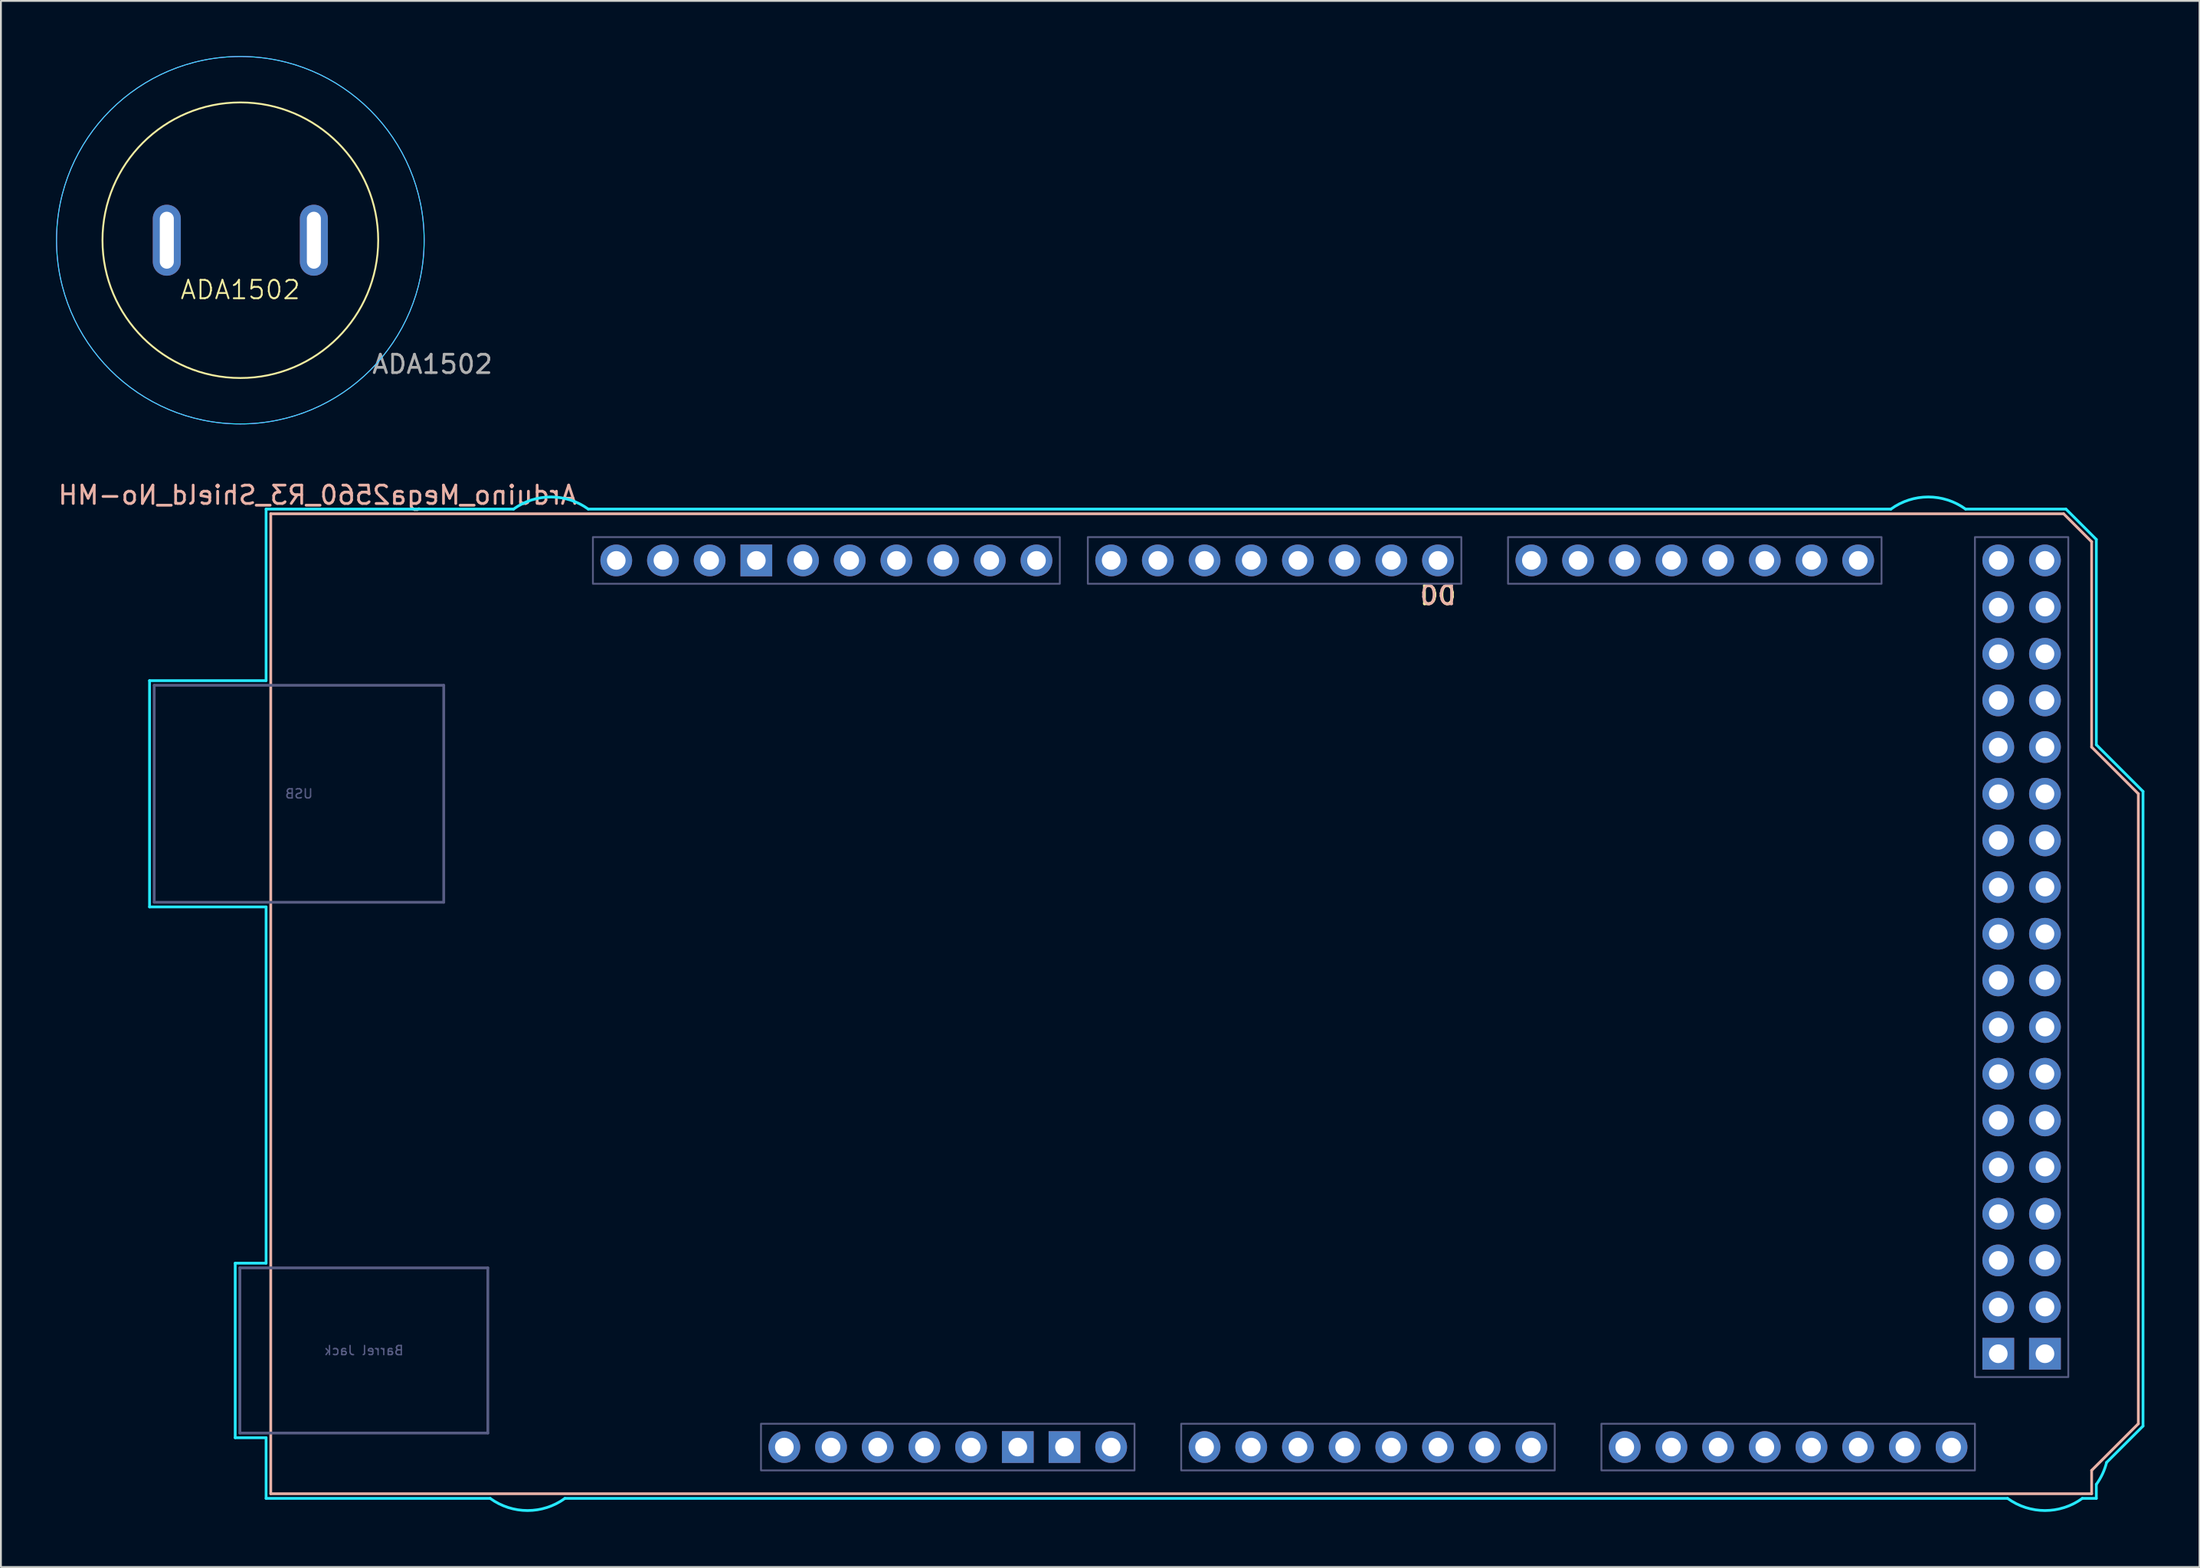
<source format=kicad_pcb>
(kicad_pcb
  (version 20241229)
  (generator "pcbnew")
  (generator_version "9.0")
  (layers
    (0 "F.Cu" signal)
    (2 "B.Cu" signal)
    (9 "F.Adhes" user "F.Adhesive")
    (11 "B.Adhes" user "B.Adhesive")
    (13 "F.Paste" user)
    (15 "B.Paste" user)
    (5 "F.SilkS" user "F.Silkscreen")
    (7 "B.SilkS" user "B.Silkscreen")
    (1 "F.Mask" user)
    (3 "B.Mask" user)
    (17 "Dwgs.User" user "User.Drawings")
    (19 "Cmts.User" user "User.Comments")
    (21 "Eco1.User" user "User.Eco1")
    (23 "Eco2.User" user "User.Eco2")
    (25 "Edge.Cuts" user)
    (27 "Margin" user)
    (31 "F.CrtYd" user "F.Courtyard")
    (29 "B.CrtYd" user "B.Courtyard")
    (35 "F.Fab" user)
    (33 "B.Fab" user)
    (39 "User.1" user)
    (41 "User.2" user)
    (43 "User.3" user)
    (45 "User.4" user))
  (footprint "ADA1502"
    (layer "F.Cu")
    (at 10.025 10.025)
    (property "Reference" "ADA1502" (at 0 2.7 0) (unlocked yes) (layer "F.SilkS") (effects (font (size 1 1) (thickness 0.1))))
    (attr through_hole)
    (fp_circle (center 0 0) (end 7.5 0) (stroke (width 0.1) (type default)) (fill no) (layer "F.SilkS"))
    (fp_circle (center 0 0) (end 10 0) (stroke (width 0.05) (type default)) (fill no) (layer "B.CrtYd"))
    (fp_circle (center 0 0) (end 10 0) (stroke (width 0.05) (type default)) (fill no) (layer "F.CrtYd"))
    (fp_text user "${REFERENCE}" (at 10.45 6.75 0) (unlocked yes) (layer "F.Fab") (effects (font (size 1 1) (thickness 0.15))))
    (pad "1" thru_hole oval (at -4 0) (size 1.524 3.862) (drill oval 0.762 3.1) (layers "*.Cu" "*.Mask"))
    (pad "2" thru_hole oval (at 4 0) (size 1.524 3.862) (drill oval 0.762 3.1) (layers "*.Cu" "*.Mask")))
  (footprint "Arduino_Mega2560_R3_Shield_No-MH"
    (layer "F.Cu")
    (at 11.68 78.254)
    (property "Reference" "Arduino_Mega2560_R3_Shield_No-MH" (at 2.54 -54.356 0) (layer "B.SilkS") (effects (font (size 1 1) (thickness 0.15)) (justify mirror)))
    (attr through_hole)
    (fp_line (start 0 -53.34) (end 0 0) (stroke (width 0.15) (type solid)) (layer "B.SilkS"))
    (fp_line (start 0 -53.34) (end 97.536 -53.34) (stroke (width 0.15) (type solid)) (layer "B.SilkS"))
    (fp_line (start 0 0) (end 99.06 0) (stroke (width 0.15) (type solid)) (layer "B.SilkS"))
    (fp_line (start 97.536 -53.34) (end 99.06 -51.816) (stroke (width 0.15) (type solid)) (layer "B.SilkS"))
    (fp_line (start 99.06 -40.64) (end 99.06 -51.816) (stroke (width 0.15) (type solid)) (layer "B.SilkS"))
    (fp_line (start 99.06 -1.27) (end 101.6 -3.81) (stroke (width 0.15) (type solid)) (layer "B.SilkS"))
    (fp_line (start 99.06 0) (end 99.06 -1.27) (stroke (width 0.15) (type solid)) (layer "B.SilkS"))
    (fp_line (start 101.6 -38.1) (end 99.06 -40.64) (stroke (width 0.15) (type solid)) (layer "B.SilkS"))
    (fp_line (start 101.6 -3.81) (end 101.6 -38.1) (stroke (width 0.15) (type solid)) (layer "B.SilkS"))
    (fp_line (start -6.594 -44.258) (end -0.254 -44.258) (stroke (width 0.15) (type solid)) (layer "B.CrtYd"))
    (fp_line (start -6.594 -31.94) (end -6.594 -44.258) (stroke (width 0.15) (type solid)) (layer "B.CrtYd"))
    (fp_line (start -1.934 -12.548) (end -1.934 -3.049) (stroke (width 0.15) (type solid)) (layer "B.CrtYd"))
    (fp_line (start -1.934 -12.548) (end -0.254 -12.548) (stroke (width 0.15) (type solid)) (layer "B.CrtYd"))
    (fp_line (start -1.934 -3.049) (end -0.254 -3.049) (stroke (width 0.15) (type solid)) (layer "B.CrtYd"))
    (fp_line (start -0.254 -53.594) (end -0.254 -44.258) (stroke (width 0.15) (type solid)) (layer "B.CrtYd"))
    (fp_line (start -0.254 -31.94) (end -6.594 -31.94) (stroke (width 0.15) (type solid)) (layer "B.CrtYd"))
    (fp_line (start -0.254 -31.94) (end -0.254 -12.548) (stroke (width 0.15) (type solid)) (layer "B.CrtYd"))
    (fp_line (start -0.254 -3.049) (end -0.254 0.254) (stroke (width 0.15) (type solid)) (layer "B.CrtYd"))
    (fp_line (start 11.938 0.254) (end -0.254 0.254) (stroke (width 0.15) (type solid)) (layer "B.CrtYd"))
    (fp_line (start 13.208 -53.594) (end -0.254 -53.594) (stroke (width 0.15) (type solid)) (layer "B.CrtYd"))
    (fp_line (start 16.002 0.254) (end 94.488 0.254) (stroke (width 0.15) (type solid)) (layer "B.CrtYd"))
    (fp_line (start 17.272 -53.594) (end 88.138 -53.594) (stroke (width 0.15) (type solid)) (layer "B.CrtYd"))
    (fp_line (start 97.663 -53.594) (end 92.202 -53.594) (stroke (width 0.15) (type solid)) (layer "B.CrtYd"))
    (fp_line (start 97.663 -53.594) (end 99.314 -51.943) (stroke (width 0.15) (type solid)) (layer "B.CrtYd"))
    (fp_line (start 99.314 -40.767) (end 99.314 -51.943) (stroke (width 0.15) (type solid)) (layer "B.CrtYd"))
    (fp_line (start 99.314 0.254) (end 98.552 0.254) (stroke (width 0.15) (type solid)) (layer "B.CrtYd"))
    (fp_line (start 99.314 0.254) (end 99.314 -0.508) (stroke (width 0.15) (type solid)) (layer "B.CrtYd"))
    (fp_line (start 99.873 -1.702) (end 101.854 -3.683) (stroke (width 0.15) (type solid)) (layer "B.CrtYd"))
    (fp_line (start 101.854 -38.227) (end 99.314 -40.767) (stroke (width 0.15) (type solid)) (layer "B.CrtYd"))
    (fp_line (start 101.854 -3.683) (end 101.854 -38.227) (stroke (width 0.15) (type solid)) (layer "B.CrtYd"))
    (fp_arc (start 13.208 -53.594) (mid 15.24 -54.254237) (end 17.272 -53.594) (stroke (width 0.15) (type solid)) (layer "B.CrtYd"))
    (fp_arc (start 16.002 0.254) (mid 13.97 0.914237) (end 11.938 0.254) (stroke (width 0.15) (type solid)) (layer "B.CrtYd"))
    (fp_arc (start 88.138 -53.594) (mid 90.17 -54.254237) (end 92.202 -53.594) (stroke (width 0.15) (type solid)) (layer "B.CrtYd"))
    (fp_arc (start 98.552 0.254) (mid 96.52 0.914237) (end 94.488 0.254) (stroke (width 0.15) (type solid)) (layer "B.CrtYd"))
    (fp_arc (start 99.8728 -1.7018) (mid 99.650925 -1.077973) (end 99.314 -0.508) (stroke (width 0.15) (type solid)) (layer "B.CrtYd"))
    (fp_line (start -6.34 -44.004) (end 9.41 -44.004) (stroke (width 0.15) (type solid)) (layer "B.Fab"))
    (fp_line (start -6.34 -32.194) (end -6.34 -44.004) (stroke (width 0.15) (type solid)) (layer "B.Fab"))
    (fp_line (start -6.34 -32.194) (end 9.41 -32.194) (stroke (width 0.15) (type solid)) (layer "B.Fab"))
    (fp_line (start -1.68 -12.294) (end -1.68 -3.303) (stroke (width 0.15) (type solid)) (layer "B.Fab"))
    (fp_line (start -1.68 -12.294) (end 11.81 -12.294) (stroke (width 0.15) (type solid)) (layer "B.Fab"))
    (fp_line (start -1.68 -3.303) (end 11.81 -3.303) (stroke (width 0.15) (type solid)) (layer "B.Fab"))
    (fp_line (start 9.41 -32.194) (end 9.41 -44.004) (stroke (width 0.15) (type solid)) (layer "B.Fab"))
    (fp_line (start 11.81 -12.294) (end 11.81 -3.303) (stroke (width 0.15) (type solid)) (layer "B.Fab"))
    (fp_rect (start 17.526 -52.07) (end 42.926 -49.53) (stroke (width 0.1) (type solid)) (fill no) (layer "B.Fab"))
    (fp_rect (start 26.67 -3.81) (end 46.99 -1.27) (stroke (width 0.1) (type solid)) (fill no) (layer "B.Fab"))
    (fp_rect (start 44.45 -52.07) (end 64.77 -49.53) (stroke (width 0.1) (type solid)) (fill no) (layer "B.Fab"))
    (fp_rect (start 49.53 -3.81) (end 69.85 -1.27) (stroke (width 0.1) (type solid)) (fill no) (layer "B.Fab"))
    (fp_rect (start 67.31 -52.07) (end 87.63 -49.53) (stroke (width 0.1) (type solid)) (fill no) (layer "B.Fab"))
    (fp_rect (start 72.39 -3.81) (end 92.71 -1.27) (stroke (width 0.1) (type solid)) (fill no) (layer "B.Fab"))
    (fp_rect (start 92.71 -52.07) (end 97.79 -6.35) (stroke (width 0.1) (type solid)) (fill no) (layer "B.Fab"))
    (fp_text user "D0" (at 63.5 -48.895 0) (unlocked yes) (layer "F.SilkS") (effects (font (size 1 1) (thickness 0.15))))
    (fp_text user "D0" (at 63.5 -48.895 0) (unlocked yes) (layer "B.SilkS") (effects (font (size 1 1) (thickness 0.15)) (justify mirror)))
    (fp_text user "USB" (at 1.535 -38.099 0) (layer "B.Fab") (effects (font (size 0.5 0.5) (thickness 0.075)) (justify mirror)))
    (fp_text user "Barrel Jack" (at 5.065 -7.798 0) (layer "B.Fab") (effects (font (size 0.5 0.5) (thickness 0.075)) (justify mirror)))
    (pad "" thru_hole oval (at 27.94 -2.54) (size 1.727 1.727) (drill 1.016) (layers "*.Cu" "*.Mask"))
    (pad "3V3" thru_hole oval (at 35.56 -2.54) (size 1.727 1.727) (drill 1.016) (layers "*.Cu" "*.Mask"))
    (pad "5V1" thru_hole oval (at 38.1 -2.54) (size 1.727 1.727) (drill 1.016) (layers "*.Cu" "*.Mask"))
    (pad "5V3" thru_hole oval (at 93.98 -50.8) (size 1.727 1.727) (drill 1.016) (layers "*.Cu" "*.Mask"))
    (pad "5V4" thru_hole oval (at 96.52 -50.8) (size 1.727 1.727) (drill 1.016) (layers "*.Cu" "*.Mask"))
    (pad "A0" thru_hole oval (at 50.8 -2.54) (size 1.727 1.727) (drill 1.016) (layers "*.Cu" "*.Mask"))
    (pad "A1" thru_hole oval (at 53.34 -2.54) (size 1.727 1.727) (drill 1.016) (layers "*.Cu" "*.Mask"))
    (pad "A2" thru_hole oval (at 55.88 -2.54) (size 1.727 1.727) (drill 1.016) (layers "*.Cu" "*.Mask"))
    (pad "A3" thru_hole oval (at 58.42 -2.54) (size 1.727 1.727) (drill 1.016) (layers "*.Cu" "*.Mask"))
    (pad "A4" thru_hole oval (at 60.96 -2.54) (size 1.727 1.727) (drill 1.016) (layers "*.Cu" "*.Mask"))
    (pad "A5" thru_hole oval (at 63.5 -2.54) (size 1.727 1.727) (drill 1.016) (layers "*.Cu" "*.Mask"))
    (pad "A6" thru_hole oval (at 66.04 -2.54) (size 1.727 1.727) (drill 1.016) (layers "*.Cu" "*.Mask"))
    (pad "A7" thru_hole oval (at 68.58 -2.54) (size 1.727 1.727) (drill 1.016) (layers "*.Cu" "*.Mask"))
    (pad "A8" thru_hole oval (at 73.66 -2.54) (size 1.727 1.727) (drill 1.016) (layers "*.Cu" "*.Mask"))
    (pad "A9" thru_hole oval (at 76.2 -2.54) (size 1.727 1.727) (drill 1.016) (layers "*.Cu" "*.Mask"))
    (pad "A10" thru_hole oval (at 78.74 -2.54) (size 1.727 1.727) (drill 1.016) (layers "*.Cu" "*.Mask"))
    (pad "A11" thru_hole oval (at 81.28 -2.54) (size 1.727 1.727) (drill 1.016) (layers "*.Cu" "*.Mask"))
    (pad "A12" thru_hole oval (at 83.82 -2.54) (size 1.727 1.727) (drill 1.016) (layers "*.Cu" "*.Mask"))
    (pad "A13" thru_hole oval (at 86.36 -2.54) (size 1.727 1.727) (drill 1.016) (layers "*.Cu" "*.Mask"))
    (pad "A14" thru_hole oval (at 88.9 -2.54) (size 1.727 1.727) (drill 1.016) (layers "*.Cu" "*.Mask"))
    (pad "A15" thru_hole oval (at 91.44 -2.54) (size 1.727 1.727) (drill 1.016) (layers "*.Cu" "*.Mask"))
    (pad "AREF" thru_hole oval (at 23.876 -50.8) (size 1.727 1.727) (drill 1.016) (layers "*.Cu" "*.Mask"))
    (pad "D0" thru_hole oval (at 63.5 -50.8) (size 1.727 1.727) (drill 1.016) (layers "*.Cu" "*.Mask"))
    (pad "D1" thru_hole oval (at 60.96 -50.8) (size 1.727 1.727) (drill 1.016) (layers "*.Cu" "*.Mask"))
    (pad "D2" thru_hole oval (at 58.42 -50.8) (size 1.727 1.727) (drill 1.016) (layers "*.Cu" "*.Mask"))
    (pad "D3" thru_hole oval (at 55.88 -50.8) (size 1.727 1.727) (drill 1.016) (layers "*.Cu" "*.Mask"))
    (pad "D4" thru_hole oval (at 53.34 -50.8) (size 1.727 1.727) (drill 1.016) (layers "*.Cu" "*.Mask"))
    (pad "D5" thru_hole oval (at 50.8 -50.8) (size 1.727 1.727) (drill 1.016) (layers "*.Cu" "*.Mask"))
    (pad "D6" thru_hole oval (at 48.26 -50.8) (size 1.727 1.727) (drill 1.016) (layers "*.Cu" "*.Mask"))
    (pad "D7" thru_hole oval (at 45.72 -50.8) (size 1.727 1.727) (drill 1.016) (layers "*.Cu" "*.Mask"))
    (pad "D8" thru_hole oval (at 41.656 -50.8) (size 1.727 1.727) (drill 1.016) (layers "*.Cu" "*.Mask"))
    (pad "D9" thru_hole oval (at 39.116 -50.8) (size 1.727 1.727) (drill 1.016) (layers "*.Cu" "*.Mask"))
    (pad "D10" thru_hole oval (at 36.576 -50.8) (size 1.727 1.727) (drill 1.016) (layers "*.Cu" "*.Mask"))
    (pad "D11" thru_hole oval (at 34.036 -50.8) (size 1.727 1.727) (drill 1.016) (layers "*.Cu" "*.Mask"))
    (pad "D12" thru_hole oval (at 31.496 -50.8) (size 1.727 1.727) (drill 1.016) (layers "*.Cu" "*.Mask"))
    (pad "D13" thru_hole oval (at 28.956 -50.8) (size 1.727 1.727) (drill 1.016) (layers "*.Cu" "*.Mask"))
    (pad "D14" thru_hole oval (at 68.58 -50.8) (size 1.727 1.727) (drill 1.016) (layers "*.Cu" "*.Mask"))
    (pad "D15" thru_hole oval (at 71.12 -50.8) (size 1.727 1.727) (drill 1.016) (layers "*.Cu" "*.Mask"))
    (pad "D16" thru_hole oval (at 73.66 -50.8) (size 1.727 1.727) (drill 1.016) (layers "*.Cu" "*.Mask"))
    (pad "D17" thru_hole oval (at 76.2 -50.8) (size 1.727 1.727) (drill 1.016) (layers "*.Cu" "*.Mask"))
    (pad "D18" thru_hole oval (at 78.74 -50.8) (size 1.727 1.727) (drill 1.016) (layers "*.Cu" "*.Mask"))
    (pad "D19" thru_hole oval (at 81.28 -50.8) (size 1.727 1.727) (drill 1.016) (layers "*.Cu" "*.Mask"))
    (pad "D20" thru_hole oval (at 83.82 -50.8) (size 1.727 1.727) (drill 1.016) (layers "*.Cu" "*.Mask"))
    (pad "D21" thru_hole oval (at 86.36 -50.8) (size 1.727 1.727) (drill 1.016) (layers "*.Cu" "*.Mask"))
    (pad "D22" thru_hole oval (at 93.98 -48.26) (size 1.727 1.727) (drill 1.016) (layers "*.Cu" "*.Mask"))
    (pad "D23" thru_hole oval (at 96.52 -48.26) (size 1.727 1.727) (drill 1.016) (layers "*.Cu" "*.Mask"))
    (pad "D24" thru_hole oval (at 93.98 -45.72) (size 1.727 1.727) (drill 1.016) (layers "*.Cu" "*.Mask"))
    (pad "D25" thru_hole oval (at 96.52 -45.72) (size 1.727 1.727) (drill 1.016) (layers "*.Cu" "*.Mask"))
    (pad "D26" thru_hole oval (at 93.98 -43.18) (size 1.727 1.727) (drill 1.016) (layers "*.Cu" "*.Mask"))
    (pad "D27" thru_hole oval (at 96.52 -43.18) (size 1.727 1.727) (drill 1.016) (layers "*.Cu" "*.Mask"))
    (pad "D28" thru_hole oval (at 93.98 -40.64) (size 1.727 1.727) (drill 1.016) (layers "*.Cu" "*.Mask"))
    (pad "D29" thru_hole oval (at 96.52 -40.64) (size 1.727 1.727) (drill 1.016) (layers "*.Cu" "*.Mask"))
    (pad "D30" thru_hole oval (at 93.98 -38.1) (size 1.727 1.727) (drill 1.016) (layers "*.Cu" "*.Mask"))
    (pad "D31" thru_hole oval (at 96.52 -38.1) (size 1.727 1.727) (drill 1.016) (layers "*.Cu" "*.Mask"))
    (pad "D32" thru_hole oval (at 93.98 -35.56) (size 1.727 1.727) (drill 1.016) (layers "*.Cu" "*.Mask"))
    (pad "D33" thru_hole oval (at 96.52 -35.56) (size 1.727 1.727) (drill 1.016) (layers "*.Cu" "*.Mask"))
    (pad "D34" thru_hole oval (at 93.98 -33.02) (size 1.727 1.727) (drill 1.016) (layers "*.Cu" "*.Mask"))
    (pad "D35" thru_hole oval (at 96.52 -33.02) (size 1.727 1.727) (drill 1.016) (layers "*.Cu" "*.Mask"))
    (pad "D36" thru_hole oval (at 93.98 -30.48) (size 1.727 1.727) (drill 1.016) (layers "*.Cu" "*.Mask"))
    (pad "D37" thru_hole oval (at 96.52 -30.48) (size 1.727 1.727) (drill 1.016) (layers "*.Cu" "*.Mask"))
    (pad "D38" thru_hole oval (at 93.98 -27.94) (size 1.727 1.727) (drill 1.016) (layers "*.Cu" "*.Mask"))
    (pad "D39" thru_hole oval (at 96.52 -27.94) (size 1.727 1.727) (drill 1.016) (layers "*.Cu" "*.Mask"))
    (pad "D40" thru_hole oval (at 93.98 -25.4) (size 1.727 1.727) (drill 1.016) (layers "*.Cu" "*.Mask"))
    (pad "D41" thru_hole oval (at 96.52 -25.4) (size 1.727 1.727) (drill 1.016) (layers "*.Cu" "*.Mask"))
    (pad "D42" thru_hole oval (at 93.98 -22.86) (size 1.727 1.727) (drill 1.016) (layers "*.Cu" "*.Mask"))
    (pad "D43" thru_hole oval (at 96.52 -22.86) (size 1.727 1.727) (drill 1.016) (layers "*.Cu" "*.Mask"))
    (pad "D44" thru_hole oval (at 93.98 -20.32) (size 1.727 1.727) (drill 1.016) (layers "*.Cu" "*.Mask"))
    (pad "D45" thru_hole oval (at 96.52 -20.32) (size 1.727 1.727) (drill 1.016) (layers "*.Cu" "*.Mask"))
    (pad "D46" thru_hole oval (at 93.98 -17.78) (size 1.727 1.727) (drill 1.016) (layers "*.Cu" "*.Mask"))
    (pad "D47" thru_hole oval (at 96.52 -17.78) (size 1.727 1.727) (drill 1.016) (layers "*.Cu" "*.Mask"))
    (pad "D48" thru_hole oval (at 93.98 -15.24) (size 1.727 1.727) (drill 1.016) (layers "*.Cu" "*.Mask"))
    (pad "D49" thru_hole oval (at 96.52 -15.24) (size 1.727 1.727) (drill 1.016) (layers "*.Cu" "*.Mask"))
    (pad "D50" thru_hole oval (at 93.98 -12.7) (size 1.727 1.727) (drill 1.016) (layers "*.Cu" "*.Mask"))
    (pad "D51" thru_hole oval (at 96.52 -12.7) (size 1.727 1.727) (drill 1.016) (layers "*.Cu" "*.Mask"))
    (pad "D52" thru_hole oval (at 93.98 -10.16) (size 1.727 1.727) (drill 1.016) (layers "*.Cu" "*.Mask"))
    (pad "D53" thru_hole oval (at 96.52 -10.16) (size 1.727 1.727) (drill 1.016) (layers "*.Cu" "*.Mask"))
    (pad "GND1" thru_hole rect (at 26.416 -50.8) (size 1.727 1.727) (drill 1.016) (layers "*.Cu" "*.Mask"))
    (pad "GND2" thru_hole rect (at 40.64 -2.54) (size 1.727 1.727) (drill 1.016) (layers "*.Cu" "*.Mask"))
    (pad "GND3" thru_hole rect (at 43.18 -2.54) (size 1.727 1.727) (drill 1.016) (layers "*.Cu" "*.Mask"))
    (pad "GND5" thru_hole rect (at 93.98 -7.62) (size 1.727 1.727) (drill 1.016) (layers "*.Cu" "*.Mask"))
    (pad "GND6" thru_hole rect (at 96.52 -7.62) (size 1.727 1.727) (drill 1.016) (layers "*.Cu" "*.Mask"))
    (pad "IORF" thru_hole oval (at 30.48 -2.54) (size 1.727 1.727) (drill 1.016) (layers "*.Cu" "*.Mask"))
    (pad "RST1" thru_hole oval (at 33.02 -2.54) (size 1.727 1.727) (drill 1.016) (layers "*.Cu" "*.Mask"))
    (pad "SCL" thru_hole oval (at 18.796 -50.8) (size 1.727 1.727) (drill 1.016) (layers "*.Cu" "*.Mask"))
    (pad "SDA" thru_hole oval (at 21.336 -50.8) (size 1.727 1.727) (drill 1.016) (layers "*.Cu" "*.Mask"))
    (pad "VIN" thru_hole oval (at 45.72 -2.54) (size 1.727 1.727) (drill 1.016) (layers "*.Cu" "*.Mask")))
  (gr_rect
    (start -3 -3)
    (end 116.609 82.243)
    (stroke (width 0.1) (type default))
    (fill no)
    (layer "Edge.Cuts")))
</source>
